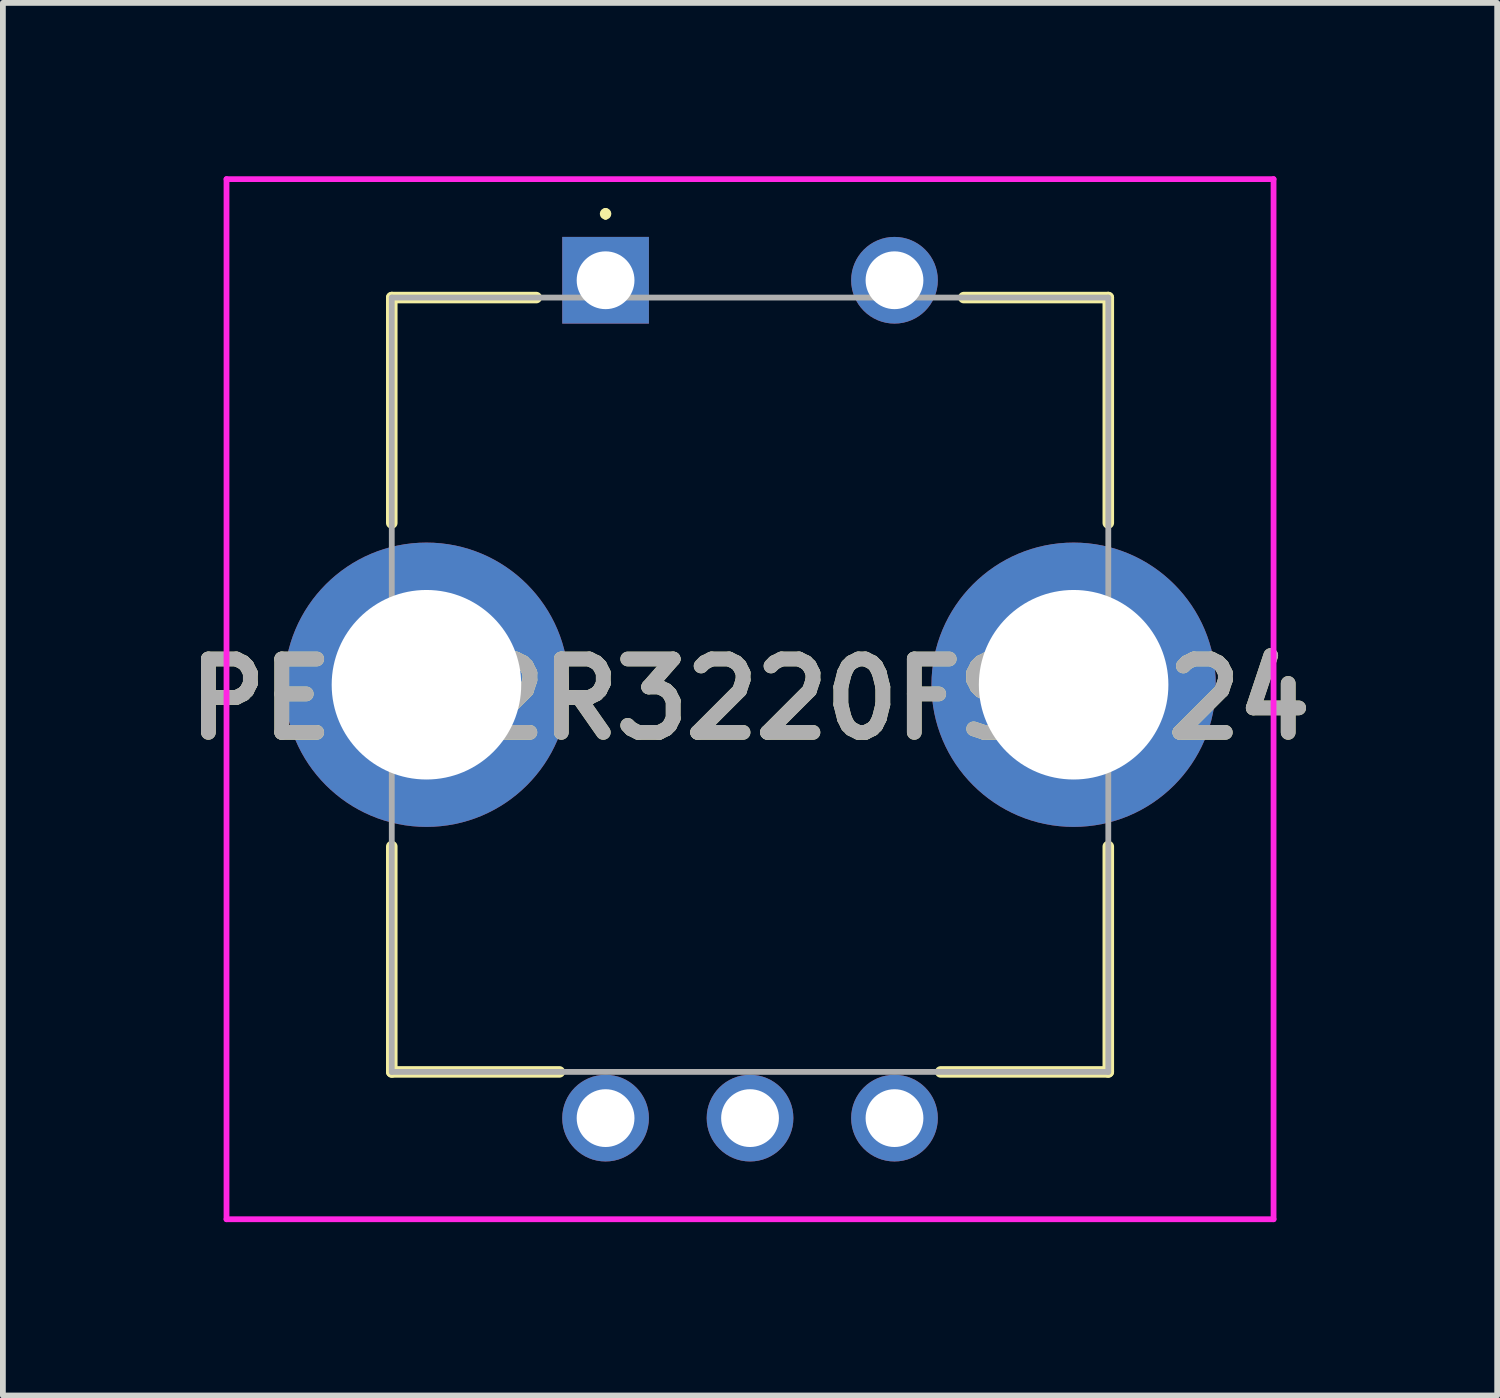
<source format=kicad_pcb>
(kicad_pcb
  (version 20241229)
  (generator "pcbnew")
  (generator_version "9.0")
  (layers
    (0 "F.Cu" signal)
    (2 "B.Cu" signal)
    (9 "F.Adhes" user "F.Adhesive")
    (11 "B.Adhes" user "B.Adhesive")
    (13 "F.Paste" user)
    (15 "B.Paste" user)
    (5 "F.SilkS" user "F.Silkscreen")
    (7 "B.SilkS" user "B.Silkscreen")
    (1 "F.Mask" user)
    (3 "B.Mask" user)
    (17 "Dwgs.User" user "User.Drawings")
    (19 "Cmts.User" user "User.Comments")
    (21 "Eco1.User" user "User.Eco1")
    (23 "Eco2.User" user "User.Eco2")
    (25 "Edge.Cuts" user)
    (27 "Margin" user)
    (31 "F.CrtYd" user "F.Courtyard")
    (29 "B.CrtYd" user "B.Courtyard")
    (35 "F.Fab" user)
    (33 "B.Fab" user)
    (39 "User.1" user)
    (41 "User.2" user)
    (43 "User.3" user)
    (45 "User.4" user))
  (footprint "PEC12R3220FS0024"
    (layer "F.Cu")
    (at 7.43 1.8)
    (property "Reference" "PEC12R3220FS0024" (at 2.5 7.25 0) (layer "F.SilkS") (effects (font (size 1.27 1.27) (thickness 0.254))))
    (attr through_hole)
    (fp_line (start -3.7 0.3) (end -3.7 4.2) (stroke (width 0.2) (type solid)) (layer "F.SilkS"))
    (fp_line (start -3.7 9.8) (end -3.7 13.7) (stroke (width 0.2) (type solid)) (layer "F.SilkS"))
    (fp_line (start -3.7 13.7) (end -0.8 13.7) (stroke (width 0.2) (type solid)) (layer "F.SilkS"))
    (fp_line (start -1.2 0.3) (end -3.7 0.3) (stroke (width 0.2) (type solid)) (layer "F.SilkS"))
    (fp_line (start 0 -1.2) (end 0 -1.2) (stroke (width 0.1) (type solid)) (layer "F.SilkS"))
    (fp_line (start 0 -1.1) (end 0 -1.1) (stroke (width 0.1) (type solid)) (layer "F.SilkS"))
    (fp_line (start 6.2 0.3) (end 8.7 0.3) (stroke (width 0.2) (type solid)) (layer "F.SilkS"))
    (fp_line (start 8.7 0.3) (end 8.7 4.2) (stroke (width 0.2) (type solid)) (layer "F.SilkS"))
    (fp_line (start 8.7 9.8) (end 8.7 13.7) (stroke (width 0.2) (type solid)) (layer "F.SilkS"))
    (fp_line (start 8.7 13.7) (end 5.8 13.7) (stroke (width 0.2) (type solid)) (layer "F.SilkS"))
    (fp_arc (start 0 -1.2) (mid 0.05 -1.15) (end 0 -1.1) (stroke (width 0.1) (type solid)) (layer "F.SilkS"))
    (fp_arc (start 0 -1.1) (mid -0.05 -1.15) (end 0 -1.2) (stroke (width 0.1) (type solid)) (layer "F.SilkS"))
    (fp_line (start -6.56 -1.75) (end 11.56 -1.75) (stroke (width 0.1) (type solid)) (layer "F.CrtYd"))
    (fp_line (start -6.56 16.25) (end -6.56 -1.75) (stroke (width 0.1) (type solid)) (layer "F.CrtYd"))
    (fp_line (start 11.56 -1.75) (end 11.56 16.25) (stroke (width 0.1) (type solid)) (layer "F.CrtYd"))
    (fp_line (start 11.56 16.25) (end -6.56 16.25) (stroke (width 0.1) (type solid)) (layer "F.CrtYd"))
    (fp_line (start -3.7 0.3) (end 8.7 0.3) (stroke (width 0.1) (type solid)) (layer "F.Fab"))
    (fp_line (start -3.7 13.7) (end -3.7 0.3) (stroke (width 0.1) (type solid)) (layer "F.Fab"))
    (fp_line (start 8.7 0.3) (end 8.7 13.7) (stroke (width 0.1) (type solid)) (layer "F.Fab"))
    (fp_line (start 8.7 13.7) (end -3.7 13.7) (stroke (width 0.1) (type solid)) (layer "F.Fab"))
    (fp_text user "${REFERENCE}" (at 2.5 7.25 0) (layer "F.Fab") (effects (font (size 1.27 1.27) (thickness 0.254))))
    (pad "1" thru_hole rect (at 0 0) (size 1.5 1.5) (drill 1) (layers "*.Cu" "*.Mask"))
    (pad "2" thru_hole circle (at 5 0) (size 1.5 1.5) (drill 1) (layers "*.Cu" "*.Mask"))
    (pad "A1" thru_hole circle (at 0 14.5) (size 1.5 1.5) (drill 1) (layers "*.Cu" "*.Mask"))
    (pad "B1" thru_hole circle (at 5 14.5) (size 1.5 1.5) (drill 1) (layers "*.Cu" "*.Mask"))
    (pad "C1" thru_hole circle (at 2.5 14.5) (size 1.5 1.5) (drill 1) (layers "*.Cu" "*.Mask"))
    (pad "MH1" thru_hole circle (at -3.1 7) (size 4.92 4.92) (drill 3.28) (layers "*.Cu" "*.Mask"))
    (pad "MH2" thru_hole circle (at 8.1 7) (size 4.92 4.92) (drill 3.28) (layers "*.Cu" "*.Mask")))
  (gr_rect
    (start -3 -3)
    (end 22.86 21.1)
    (stroke (width 0.1) (type default))
    (fill no)
    (layer "Edge.Cuts")))
</source>
